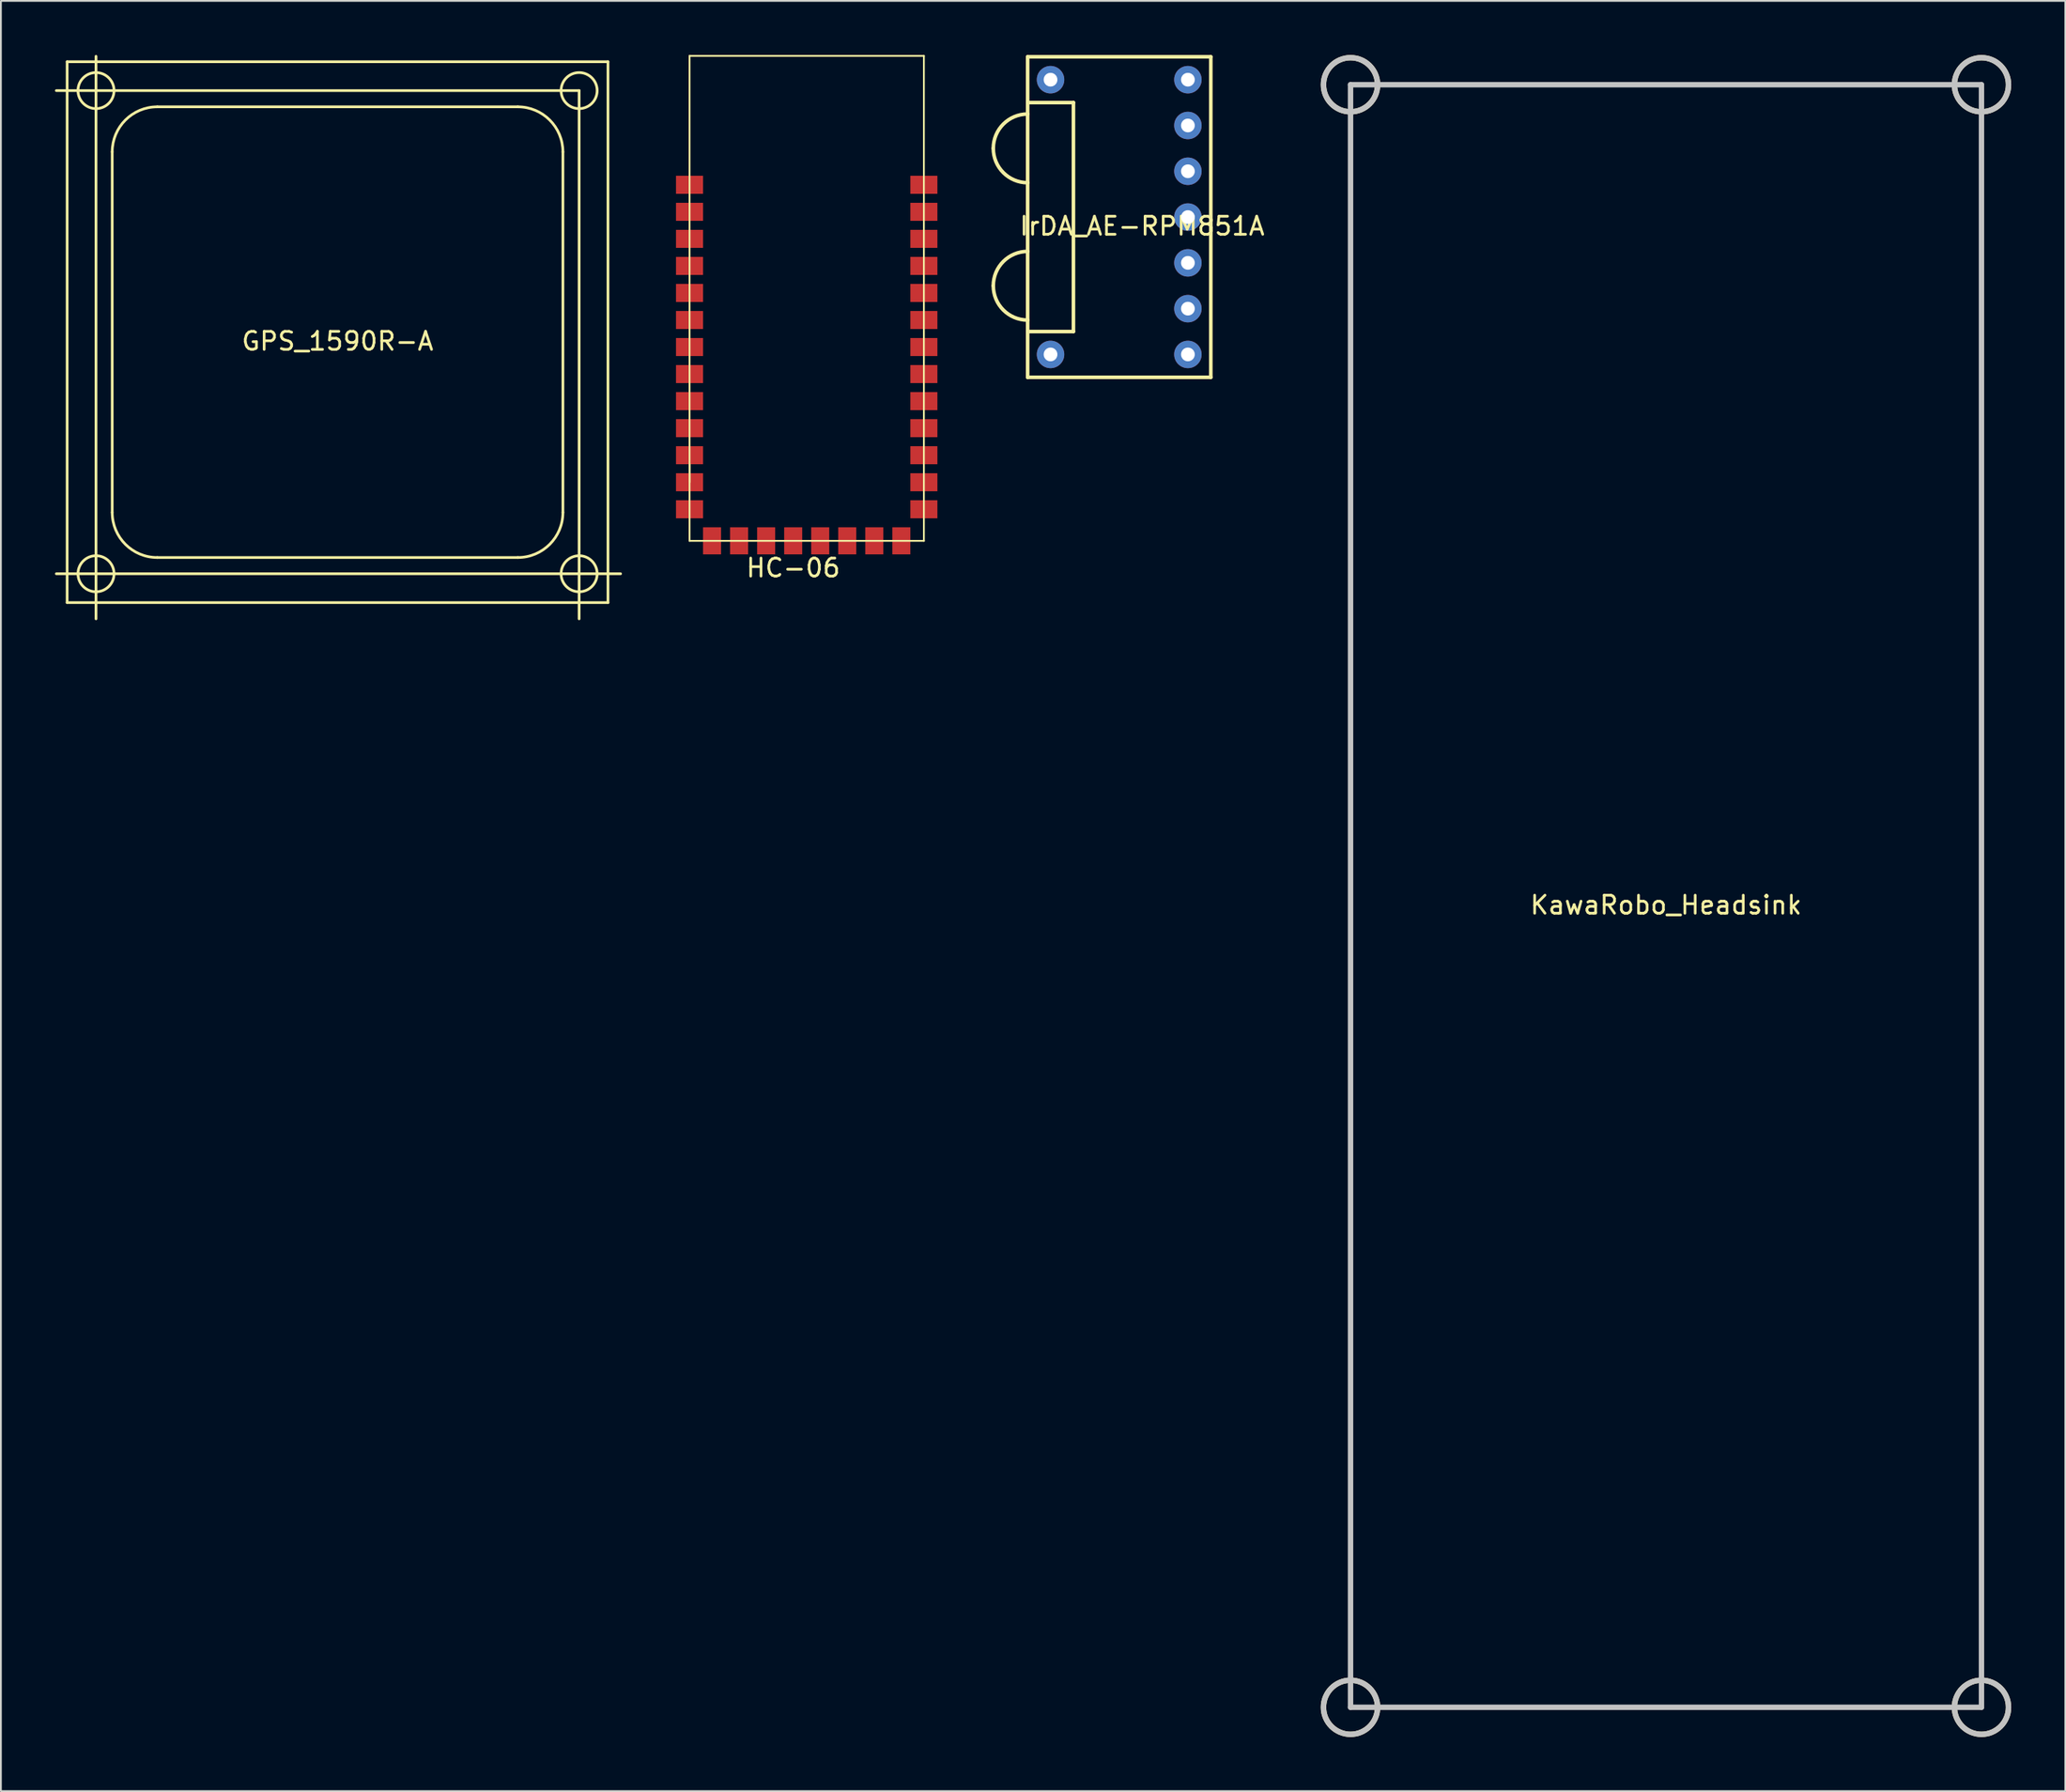
<source format=kicad_pcb>
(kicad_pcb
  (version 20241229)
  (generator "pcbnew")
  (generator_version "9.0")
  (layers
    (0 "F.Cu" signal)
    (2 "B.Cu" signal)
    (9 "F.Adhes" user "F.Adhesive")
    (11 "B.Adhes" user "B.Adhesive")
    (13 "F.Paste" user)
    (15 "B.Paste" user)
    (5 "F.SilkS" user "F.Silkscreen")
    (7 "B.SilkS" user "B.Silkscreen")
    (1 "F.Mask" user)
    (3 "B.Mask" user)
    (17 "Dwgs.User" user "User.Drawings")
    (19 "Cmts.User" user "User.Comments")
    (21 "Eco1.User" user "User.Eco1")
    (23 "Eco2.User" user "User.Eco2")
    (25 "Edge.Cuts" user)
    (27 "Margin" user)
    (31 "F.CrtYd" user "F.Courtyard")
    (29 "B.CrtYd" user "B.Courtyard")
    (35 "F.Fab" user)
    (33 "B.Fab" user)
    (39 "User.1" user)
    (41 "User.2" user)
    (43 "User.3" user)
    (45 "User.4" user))
  (footprint "GPS_1590R-A"
    (layer "F.Cu")
    (at 15.675 15.375)
    (property "Reference" "GPS_1590R-A" (at 0 0.5 0) (layer "F.SilkS") (effects (font (size 1 1) (thickness 0.15))))
    (attr through_hole)
    (fp_line (start -15.6 13.4) (end 15.7 13.4) (stroke (width 0.15) (type solid)) (layer "F.SilkS"))
    (fp_line (start -15 -15) (end -15 15) (stroke (width 0.15) (type solid)) (layer "F.SilkS"))
    (fp_line (start -15 15) (end 15 15) (stroke (width 0.15) (type solid)) (layer "F.SilkS"))
    (fp_line (start -13.4 -15.3) (end -13.4 15.9) (stroke (width 0.15) (type solid)) (layer "F.SilkS"))
    (fp_line (start -12.5 -10) (end -12.5 10) (stroke (width 0.15) (type solid)) (layer "F.SilkS"))
    (fp_line (start -10 -12.5) (end 10 -12.5) (stroke (width 0.15) (type solid)) (layer "F.SilkS"))
    (fp_line (start -10 12.5) (end 10 12.5) (stroke (width 0.15) (type solid)) (layer "F.SilkS"))
    (fp_line (start 12.5 10) (end 12.5 -10) (stroke (width 0.15) (type solid)) (layer "F.SilkS"))
    (fp_line (start 13.4 -13.4) (end -15.6 -13.4) (stroke (width 0.15) (type solid)) (layer "F.SilkS"))
    (fp_line (start 13.4 -13.4) (end 13.4 15.9) (stroke (width 0.15) (type solid)) (layer "F.SilkS"))
    (fp_line (start 15 -15) (end -15 -15) (stroke (width 0.15) (type solid)) (layer "F.SilkS"))
    (fp_line (start 15 15) (end 15 -15) (stroke (width 0.15) (type solid)) (layer "F.SilkS"))
    (fp_arc (start -12.5 -10) (mid -11.767767 -11.767767) (end -10 -12.5) (stroke (width 0.15) (type solid)) (layer "F.SilkS"))
    (fp_arc (start -10 12.5) (mid -11.767767 11.767767) (end -12.5 10) (stroke (width 0.15) (type solid)) (layer "F.SilkS"))
    (fp_arc (start 10 -12.5) (mid 11.767767 -11.767767) (end 12.5 -10) (stroke (width 0.15) (type solid)) (layer "F.SilkS"))
    (fp_arc (start 12.5 10) (mid 11.767767 11.767767) (end 10 12.5) (stroke (width 0.15) (type solid)) (layer "F.SilkS"))
    (fp_circle (center -13.4 -13.4) (end -14.4 -13.4) (stroke (width 0.15) (type solid)) (fill no) (layer "F.SilkS"))
    (fp_circle (center -13.4 13.4) (end -14.4 13.4) (stroke (width 0.15) (type solid)) (fill no) (layer "F.SilkS"))
    (fp_circle (center 13.4 -13.4) (end 14.4 -13.4) (stroke (width 0.15) (type solid)) (fill no) (layer "F.SilkS"))
    (fp_circle (center 13.4 13.4) (end 14.4 13.4) (stroke (width 0.15) (type solid)) (fill no) (layer "F.SilkS")))
  (footprint "HC-06"
    (layer "F.Cu")
    (at 41.7 26.95)
    (property "Reference" "HC-06" (at -0.75 1.5 0) (layer "F.SilkS") (effects (font (size 1 1) (thickness 0.15))))
    (attr through_hole)
    (fp_line (start -6.5 -26.9) (end 6.5 -26.9) (stroke (width 0.1) (type solid)) (layer "F.SilkS"))
    (fp_line (start -6.5 -3.25) (end -6.5 -4.25) (stroke (width 0.1) (type solid)) (layer "F.SilkS"))
    (fp_line (start -6.5 0) (end -6.5 -26.9) (stroke (width 0.1) (type solid)) (layer "F.SilkS"))
    (fp_line (start 6.5 -26.9) (end 6.5 0) (stroke (width 0.1) (type solid)) (layer "F.SilkS"))
    (fp_line (start 6.5 0) (end -6.5 0) (stroke (width 0.1) (type solid)) (layer "F.SilkS"))
    (pad "1" smd rect (at -6.5 -19.75) (size 1.5 1) (layers "F.Cu" "F.Mask" "F.Paste"))
    (pad "2" smd rect (at -6.5 -18.25) (size 1.5 1) (layers "F.Cu" "F.Mask" "F.Paste"))
    (pad "3" smd rect (at -6.5 -16.75) (size 1.5 1) (layers "F.Cu" "F.Mask" "F.Paste"))
    (pad "4" smd rect (at -6.5 -15.25) (size 1.5 1) (layers "F.Cu" "F.Mask" "F.Paste"))
    (pad "5" smd rect (at -6.5 -13.75) (size 1.5 1) (layers "F.Cu" "F.Mask" "F.Paste"))
    (pad "6" smd rect (at -6.5 -12.25) (size 1.5 1) (layers "F.Cu" "F.Mask" "F.Paste"))
    (pad "7" smd rect (at -6.5 -10.75) (size 1.5 1) (layers "F.Cu" "F.Mask" "F.Paste"))
    (pad "8" smd rect (at -6.5 -9.25) (size 1.5 1) (layers "F.Cu" "F.Mask" "F.Paste"))
    (pad "9" smd rect (at -6.5 -7.75) (size 1.5 1) (layers "F.Cu" "F.Mask" "F.Paste"))
    (pad "10" smd rect (at -6.5 -6.25) (size 1.5 1) (layers "F.Cu" "F.Mask" "F.Paste"))
    (pad "11" smd rect (at -6.5 -4.75) (size 1.5 1) (layers "F.Cu" "F.Mask" "F.Paste"))
    (pad "12" smd rect (at -6.5 -3.25) (size 1.5 1) (layers "F.Cu" "F.Mask" "F.Paste"))
    (pad "13" smd rect (at -6.5 -1.75) (size 1.5 1) (layers "F.Cu" "F.Mask" "F.Paste"))
    (pad "14" smd rect (at -5.25 0) (size 1 1.5) (layers "F.Cu" "F.Mask" "F.Paste"))
    (pad "15" smd rect (at -3.75 0) (size 1 1.5) (layers "F.Cu" "F.Mask" "F.Paste"))
    (pad "16" smd rect (at -2.25 0) (size 1 1.5) (layers "F.Cu" "F.Mask" "F.Paste"))
    (pad "17" smd rect (at -0.75 0) (size 1 1.5) (layers "F.Cu" "F.Mask" "F.Paste"))
    (pad "18" smd rect (at 0.75 0) (size 1 1.5) (layers "F.Cu" "F.Mask" "F.Paste"))
    (pad "19" smd rect (at 2.25 0) (size 1 1.5) (layers "F.Cu" "F.Mask" "F.Paste"))
    (pad "20" smd rect (at 3.75 0) (size 1 1.5) (layers "F.Cu" "F.Mask" "F.Paste"))
    (pad "21" smd rect (at 5.25 0) (size 1 1.5) (layers "F.Cu" "F.Mask" "F.Paste"))
    (pad "22" smd rect (at 6.5 -1.75) (size 1.5 1) (layers "F.Cu" "F.Mask" "F.Paste"))
    (pad "23" smd rect (at 6.5 -3.25) (size 1.5 1) (layers "F.Cu" "F.Mask" "F.Paste"))
    (pad "24" smd rect (at 6.5 -4.75) (size 1.5 1) (layers "F.Cu" "F.Mask" "F.Paste"))
    (pad "25" smd rect (at 6.5 -6.25) (size 1.5 1) (layers "F.Cu" "F.Mask" "F.Paste"))
    (pad "26" smd rect (at 6.5 -7.75) (size 1.5 1) (layers "F.Cu" "F.Mask" "F.Paste"))
    (pad "27" smd rect (at 6.5 -9.25) (size 1.5 1) (layers "F.Cu" "F.Mask" "F.Paste"))
    (pad "28" smd rect (at 6.5 -10.75) (size 1.5 1) (layers "F.Cu" "F.Mask" "F.Paste"))
    (pad "29" smd rect (at 6.5 -12.25) (size 1.5 1) (layers "F.Cu" "F.Mask" "F.Paste"))
    (pad "30" smd rect (at 6.5 -13.75) (size 1.5 1) (layers "F.Cu" "F.Mask" "F.Paste"))
    (pad "31" smd rect (at 6.5 -15.25) (size 1.5 1) (layers "F.Cu" "F.Mask" "F.Paste"))
    (pad "32" smd rect (at 6.5 -16.75) (size 1.5 1) (layers "F.Cu" "F.Mask" "F.Paste"))
    (pad "33" smd rect (at 6.5 -18.25) (size 1.5 1) (layers "F.Cu" "F.Mask" "F.Paste"))
    (pad "34" smd rect (at 6.5 -19.75) (size 1.5 1) (layers "F.Cu" "F.Mask" "F.Paste")))
  (footprint "IrDA_AE-RPM851A"
    (layer "F.Cu")
    (at 60.305 8.99)
    (property "Reference" "IrDA_AE-RPM851A" (at 0 0.5 0) (layer "F.SilkS") (effects (font (size 1 1) (thickness 0.15))))
    (attr through_hole)
    (fp_line (start -6.35 -8.89) (end 3.81 -8.89) (stroke (width 0.2) (type solid)) (layer "F.SilkS"))
    (fp_line (start -6.35 -6.35) (end -3.81 -6.35) (stroke (width 0.2) (type solid)) (layer "F.SilkS"))
    (fp_line (start -6.35 8.89) (end -6.35 -8.89) (stroke (width 0.2) (type solid)) (layer "F.SilkS"))
    (fp_line (start -3.81 -6.35) (end -3.81 6.35) (stroke (width 0.2) (type solid)) (layer "F.SilkS"))
    (fp_line (start -3.81 6.35) (end -6.35 6.35) (stroke (width 0.2) (type solid)) (layer "F.SilkS"))
    (fp_line (start 3.81 -8.89) (end 3.81 8.89) (stroke (width 0.2) (type solid)) (layer "F.SilkS"))
    (fp_line (start 3.81 8.89) (end -6.35 8.89) (stroke (width 0.2) (type solid)) (layer "F.SilkS"))
    (fp_arc (start -8.255 -3.81) (mid -7.697038 -5.157038) (end -6.35 -5.715) (stroke (width 0.2) (type solid)) (layer "F.SilkS"))
    (fp_arc (start -8.255 3.81) (mid -7.697038 2.462962) (end -6.35 1.905) (stroke (width 0.2) (type solid)) (layer "F.SilkS"))
    (fp_arc (start -6.35 -1.905) (mid -7.697038 -2.462962) (end -8.255 -3.81) (stroke (width 0.2) (type solid)) (layer "F.SilkS"))
    (fp_arc (start -6.35 5.715) (mid -7.697038 5.157038) (end -8.255 3.81) (stroke (width 0.2) (type solid)) (layer "F.SilkS"))
    (pad "1" thru_hole circle (at -5.08 -7.62) (size 1.524 1.524) (drill 0.762) (layers "*.Cu" "*.Mask"))
    (pad "7" thru_hole circle (at -5.08 7.62) (size 1.524 1.524) (drill 0.762) (layers "*.Cu" "*.Mask"))
    (pad "8" thru_hole circle (at 2.54 7.62) (size 1.524 1.524) (drill 0.762) (layers "*.Cu" "*.Mask"))
    (pad "9" thru_hole circle (at 2.54 5.08) (size 1.524 1.524) (drill 0.762) (layers "*.Cu" "*.Mask"))
    (pad "10" thru_hole circle (at 2.54 2.54) (size 1.524 1.524) (drill 0.762) (layers "*.Cu" "*.Mask"))
    (pad "11" thru_hole circle (at 2.54 0) (size 1.524 1.524) (drill 0.762) (layers "*.Cu" "*.Mask"))
    (pad "12" thru_hole circle (at 2.54 -2.54) (size 1.524 1.524) (drill 0.762) (layers "*.Cu" "*.Mask"))
    (pad "13" thru_hole circle (at 2.54 -5.08) (size 1.524 1.524) (drill 0.762) (layers "*.Cu" "*.Mask"))
    (pad "14" thru_hole circle (at 2.54 -7.62) (size 1.524 1.524) (drill 0.762) (layers "*.Cu" "*.Mask")))
  (footprint "KawaRobo_Headsink"
    (layer "F.Cu")
    (at 89.366 46.65)
    (property "Reference" "KawaRobo_Headsink" (at 0 0.5 0) (layer "F.SilkS") (effects (font (size 1 1) (thickness 0.15))))
    (attr through_hole)
    (fp_circle (center -17.5 -45) (end -16 -45) (stroke (width 0.3) (type solid)) (fill no) (layer "F.SilkS"))
    (fp_circle (center -17.5 45) (end -16 45) (stroke (width 0.3) (type solid)) (fill no) (layer "F.SilkS"))
    (fp_circle (center 17.5 -45) (end 19 -45) (stroke (width 0.3) (type solid)) (fill no) (layer "F.SilkS"))
    (fp_circle (center 17.5 45) (end 19 45) (stroke (width 0.3) (type solid)) (fill no) (layer "F.SilkS"))
    (fp_line (start -17.5 -45) (end 17.5 -45) (stroke (width 0.3) (type solid)) (layer "Dwgs.User"))
    (fp_line (start -17.5 45) (end -17.5 -45) (stroke (width 0.3) (type solid)) (layer "Dwgs.User"))
    (fp_line (start 17.5 -45) (end 17.5 45) (stroke (width 0.3) (type solid)) (layer "Dwgs.User"))
    (fp_line (start 17.5 45) (end -17.5 45) (stroke (width 0.3) (type solid)) (layer "Dwgs.User"))
    (fp_circle (center -17.5 -45) (end -19 -45) (stroke (width 0.3) (type solid)) (fill no) (layer "Dwgs.User"))
    (fp_circle (center -17.5 45) (end -19 45) (stroke (width 0.3) (type solid)) (fill no) (layer "Dwgs.User"))
    (fp_circle (center 17.5 -45) (end 19 -45) (stroke (width 0.3) (type solid)) (fill no) (layer "Dwgs.User"))
    (fp_circle (center 17.5 45) (end 19 45) (stroke (width 0.3) (type solid)) (fill no) (layer "Dwgs.User")))
  (gr_rect
    (start -3 -3)
    (end 111.516 96.3)
    (stroke (width 0.1) (type default))
    (fill no)
    (layer "Edge.Cuts")))
</source>
